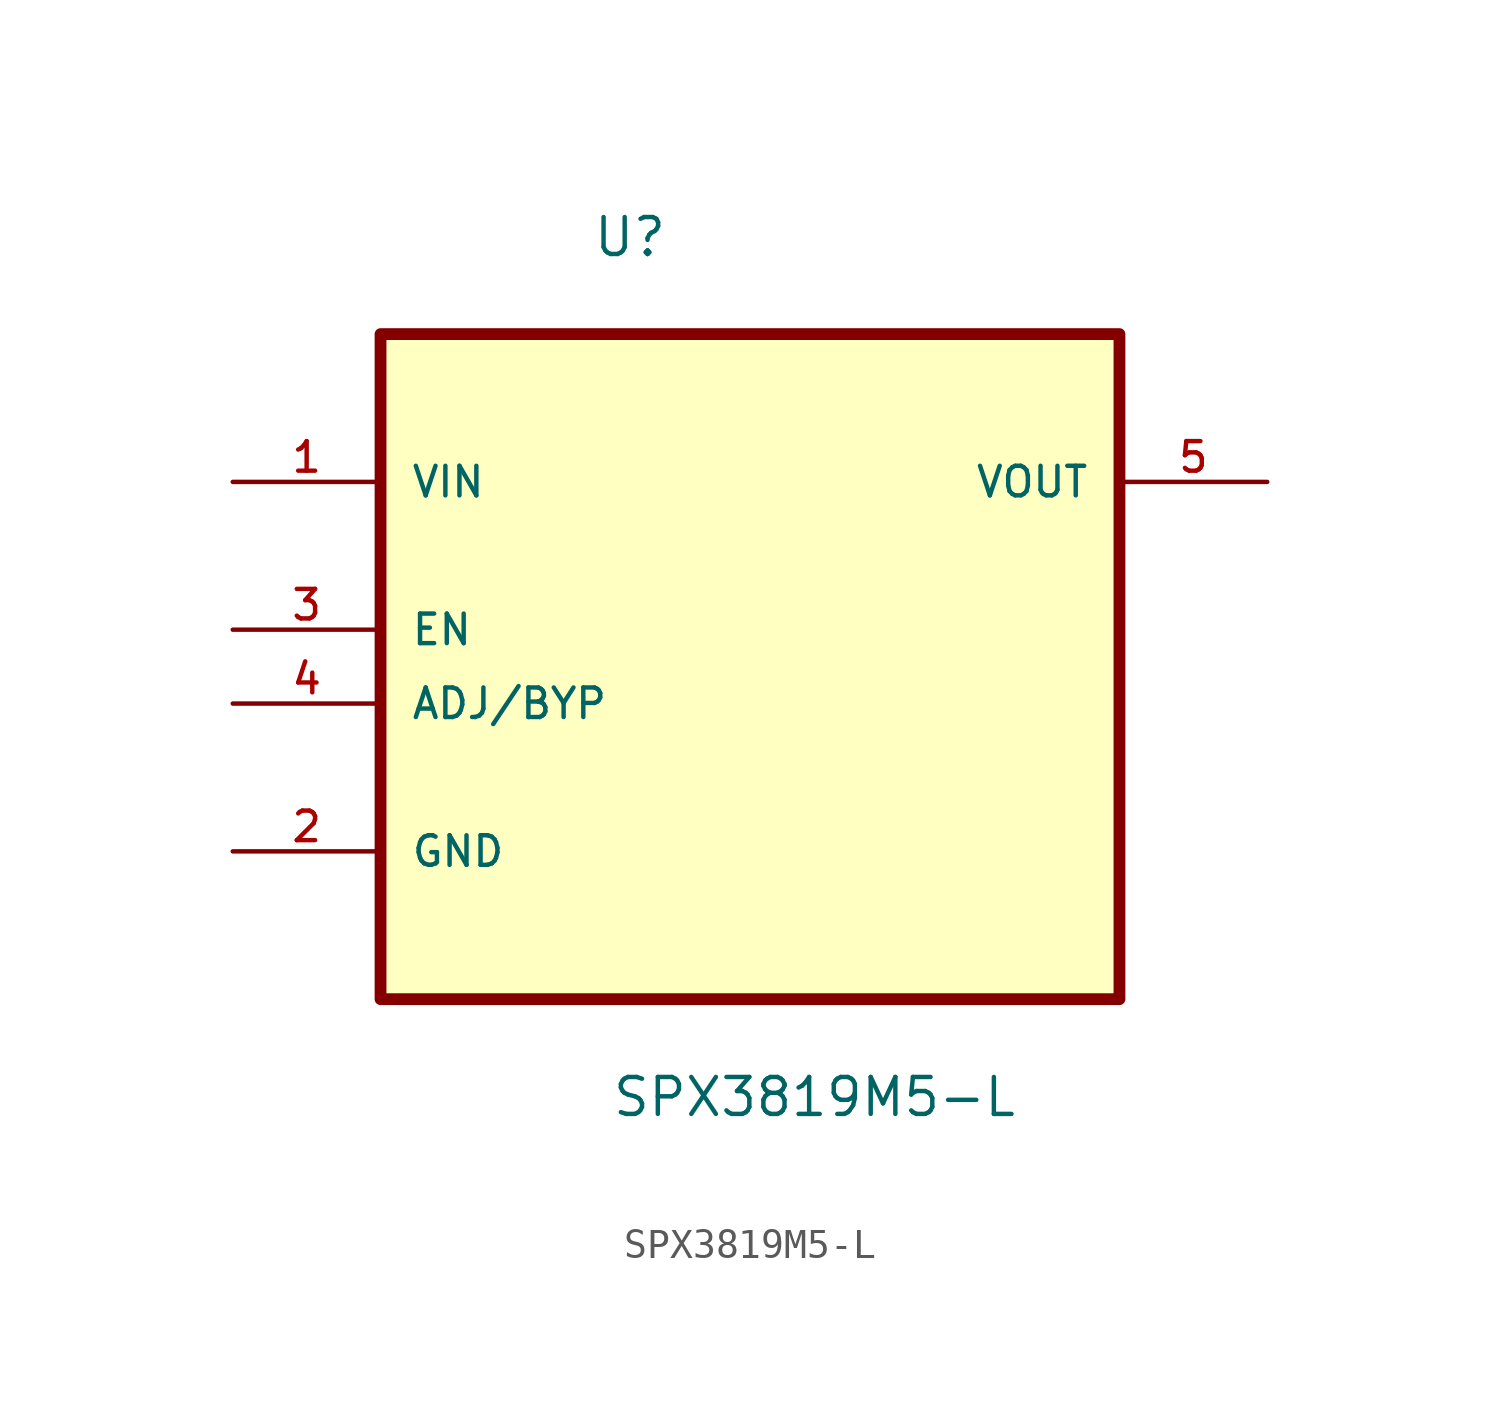
<source format=kicad_sym>
(kicad_symbol_lib
  (version 20211014)
  (generator kicad_symbol_editor)
  (symbol "SPX3819M5-L"
    (pin_names
      (offset 1.016))
    (property "Reference" "U"
      (at -5.436 10.211 0.0)
      (effects (font (size 1.27 1.27)) (justify bottom left)))
    (property "Value" "SPX3819M5-L"
      (at -4.78 -19.348 0.0)
      (effects (font (size 1.27 1.27)) (justify bottom left)))
    (symbol "SPX3819M5-L_0_0"
      (rectangle (start -12.7 -15.24) (end 12.7 7.62) (stroke (width 0.406)) (fill (type background)))
      (pin power_in line (at -17.78 2.54 0) (length 5.08) (name "VIN" (effects (font (size 1.016 1.016)))) (number "1" (effects (font (size 1.016 1.016)))))
      (pin input line (at -17.78 -2.54 0) (length 5.08) (name "EN" (effects (font (size 1.016 1.016)))) (number "3" (effects (font (size 1.016 1.016)))))
      (pin passive line (at -17.78 -5.08 0) (length 5.08) (name "ADJ/BYP" (effects (font (size 1.016 1.016)))) (number "4" (effects (font (size 1.016 1.016)))))
      (pin passive line (at -17.78 -10.16 0) (length 5.08) (name "GND" (effects (font (size 1.016 1.016)))) (number "2" (effects (font (size 1.016 1.016)))))
      (pin output line (at 17.78 2.54 180.0) (length 5.08) (name "VOUT" (effects (font (size 1.016 1.016)))) (number "5" (effects (font (size 1.016 1.016))))))))
</source>
